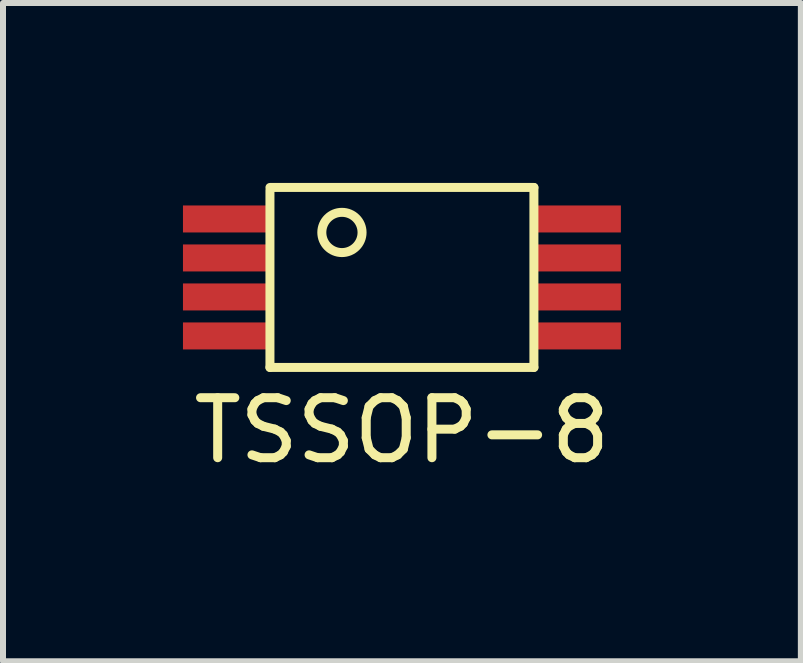
<source format=kicad_pcb>
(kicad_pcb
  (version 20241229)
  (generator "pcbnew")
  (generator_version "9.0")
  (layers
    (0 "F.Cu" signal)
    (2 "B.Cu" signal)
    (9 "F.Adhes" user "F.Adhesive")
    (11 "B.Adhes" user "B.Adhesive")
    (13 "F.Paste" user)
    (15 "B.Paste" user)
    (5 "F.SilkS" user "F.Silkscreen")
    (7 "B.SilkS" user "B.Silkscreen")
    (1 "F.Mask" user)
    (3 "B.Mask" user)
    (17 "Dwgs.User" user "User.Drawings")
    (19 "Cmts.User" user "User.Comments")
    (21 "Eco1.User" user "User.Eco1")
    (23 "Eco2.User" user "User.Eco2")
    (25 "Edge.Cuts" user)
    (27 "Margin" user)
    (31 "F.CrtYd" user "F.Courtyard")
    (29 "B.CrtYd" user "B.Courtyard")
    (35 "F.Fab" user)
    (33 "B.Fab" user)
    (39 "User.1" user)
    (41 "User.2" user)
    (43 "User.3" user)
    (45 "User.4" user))
  (footprint "TSSOP-8"
    (layer "F.Cu")
    (at 3.65 1.575)
    (property "Reference" "TSSOP-8" (at 0 2.55 0) (layer "F.SilkS") (effects (font (size 1 1) (thickness 0.15))))
    (attr through_hole)
    (fp_line (start -2.2 -1.5) (end 2.2 -1.5) (stroke (width 0.15) (type solid)) (layer "F.SilkS"))
    (fp_line (start -2.2 1.5) (end -2.2 -1.45) (stroke (width 0.15) (type solid)) (layer "F.SilkS"))
    (fp_line (start 2.2 -1.5) (end 2.2 1.5) (stroke (width 0.15) (type solid)) (layer "F.SilkS"))
    (fp_line (start 2.2 1.5) (end -2.2 1.5) (stroke (width 0.15) (type solid)) (layer "F.SilkS"))
    (fp_circle (center -1 -0.75) (end -0.7 -0.9) (stroke (width 0.15) (type solid)) (fill no) (layer "F.SilkS"))
    (pad "1" smd rect (at -2.9 -0.975) (size 1.5 0.45) (layers "F.Cu" "F.Mask" "F.Paste"))
    (pad "2" smd rect (at -2.9 -0.325) (size 1.5 0.45) (layers "F.Cu" "F.Mask" "F.Paste"))
    (pad "3" smd rect (at -2.9 0.325) (size 1.5 0.45) (layers "F.Cu" "F.Mask" "F.Paste"))
    (pad "4" smd rect (at -2.9 0.975) (size 1.5 0.45) (layers "F.Cu" "F.Mask" "F.Paste"))
    (pad "5" smd rect (at 2.9 0.975) (size 1.5 0.45) (layers "F.Cu" "F.Mask" "F.Paste"))
    (pad "6" smd rect (at 2.9 0.325) (size 1.5 0.45) (layers "F.Cu" "F.Mask" "F.Paste"))
    (pad "7" smd rect (at 2.9 -0.325) (size 1.5 0.45) (layers "F.Cu" "F.Mask" "F.Paste"))
    (pad "8" smd rect (at 2.9 -0.975) (size 1.5 0.45) (layers "F.Cu" "F.Mask" "F.Paste")))
  (gr_rect
    (start -3 -3)
    (end 10.3 7.973)
    (stroke (width 0.1) (type default))
    (fill no)
    (layer "Edge.Cuts")))
</source>
